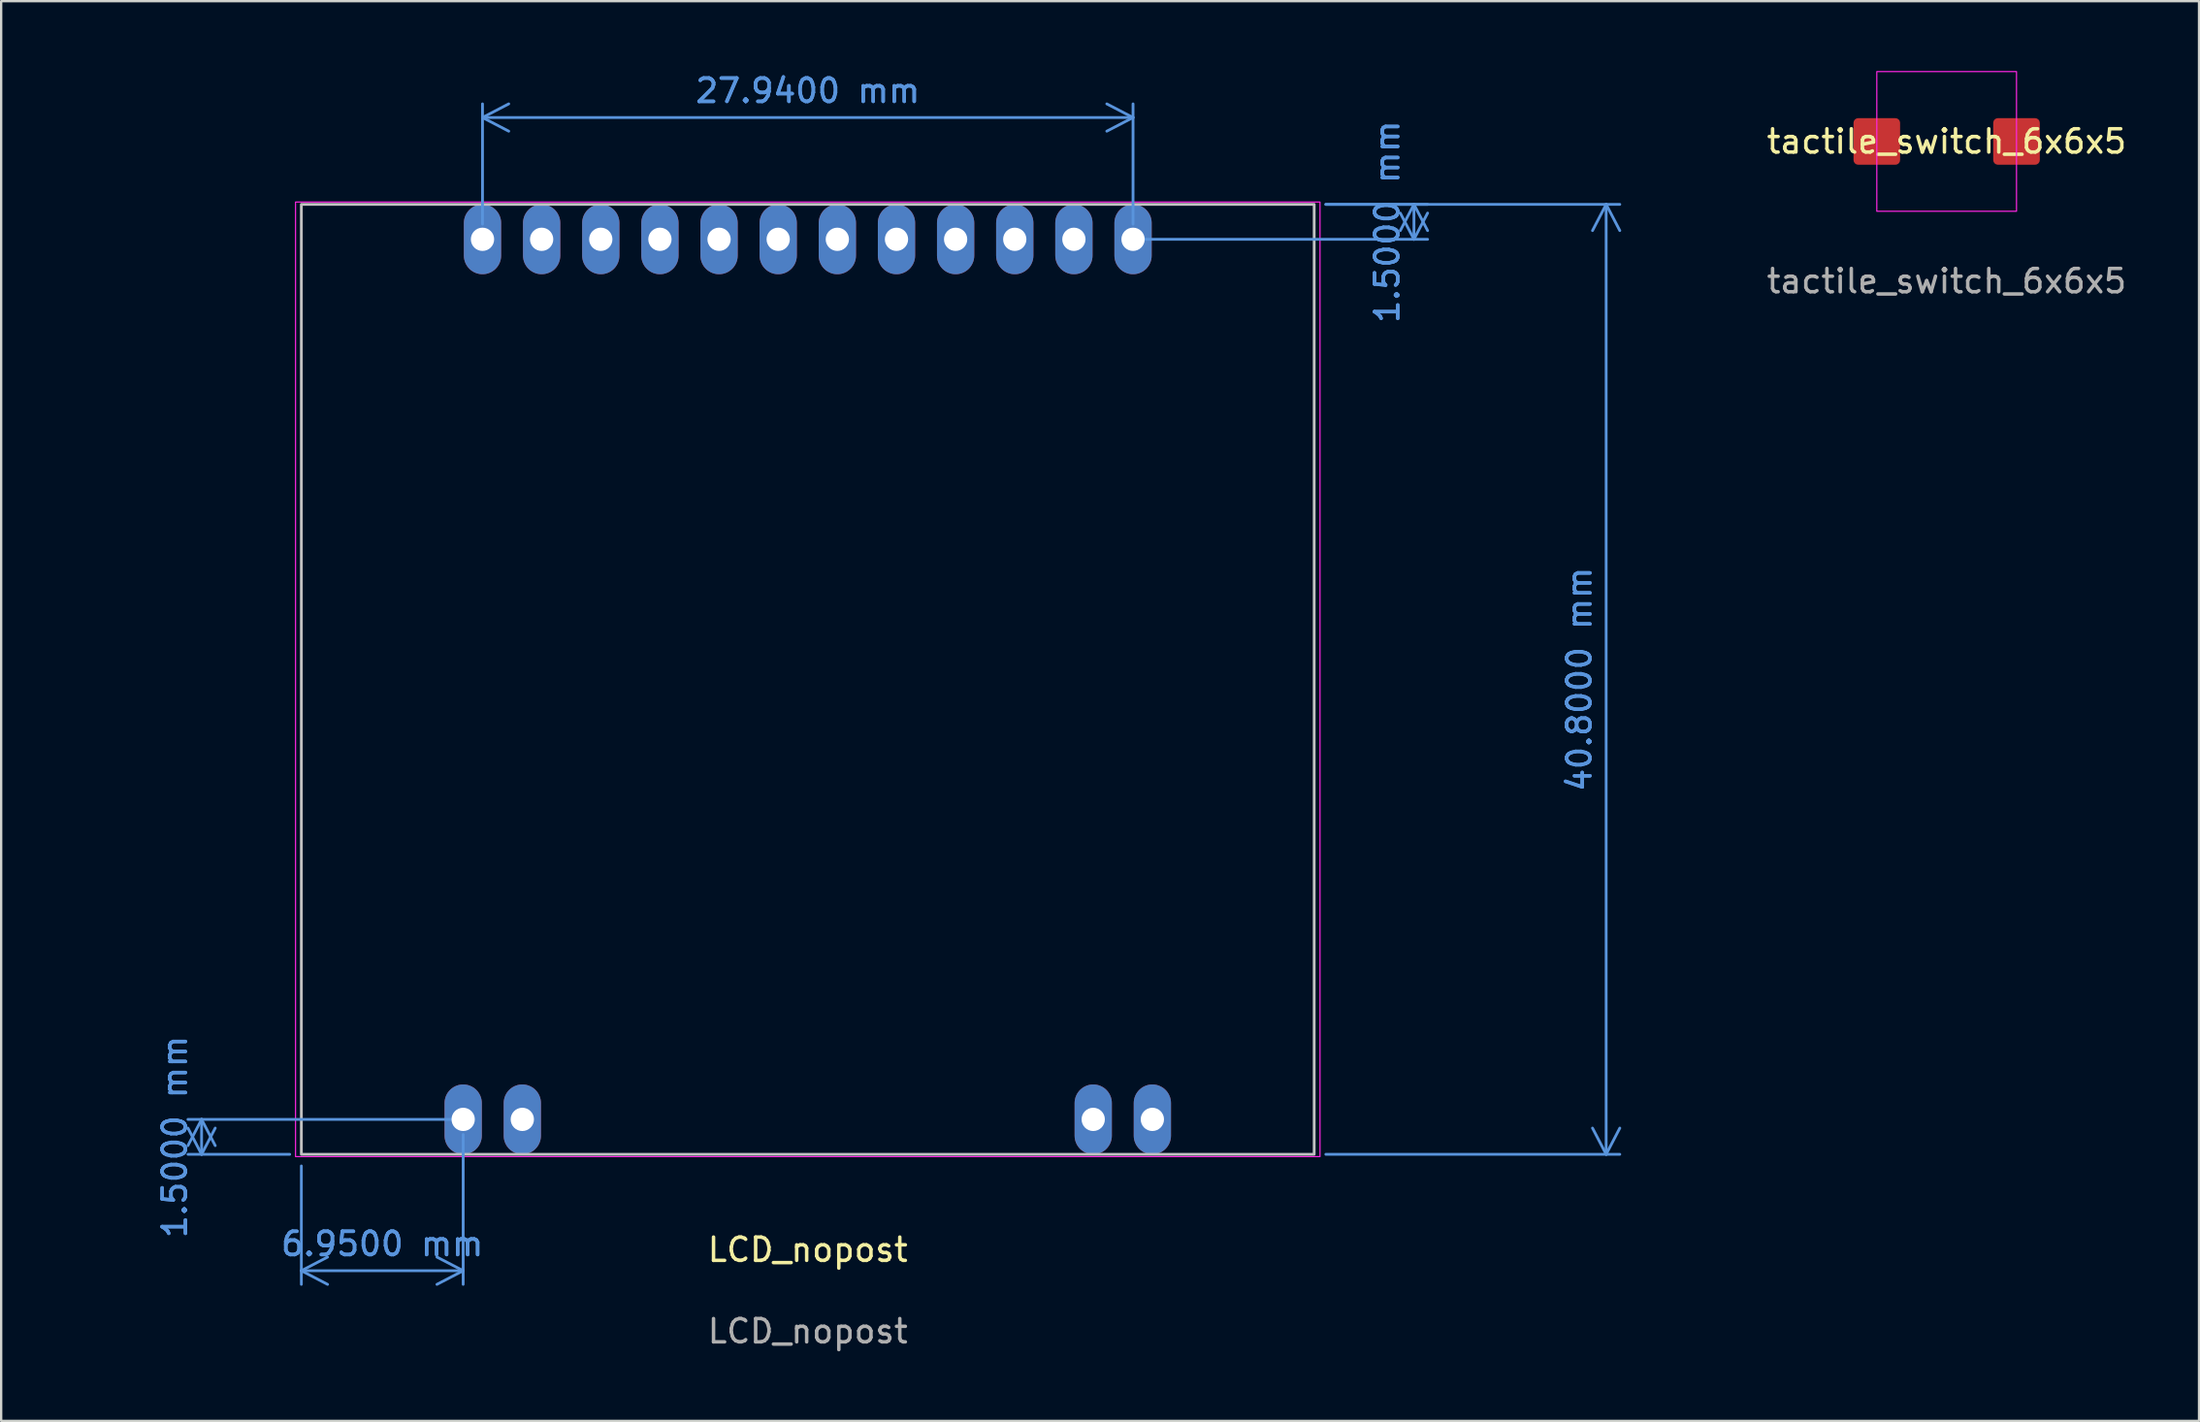
<source format=kicad_pcb>
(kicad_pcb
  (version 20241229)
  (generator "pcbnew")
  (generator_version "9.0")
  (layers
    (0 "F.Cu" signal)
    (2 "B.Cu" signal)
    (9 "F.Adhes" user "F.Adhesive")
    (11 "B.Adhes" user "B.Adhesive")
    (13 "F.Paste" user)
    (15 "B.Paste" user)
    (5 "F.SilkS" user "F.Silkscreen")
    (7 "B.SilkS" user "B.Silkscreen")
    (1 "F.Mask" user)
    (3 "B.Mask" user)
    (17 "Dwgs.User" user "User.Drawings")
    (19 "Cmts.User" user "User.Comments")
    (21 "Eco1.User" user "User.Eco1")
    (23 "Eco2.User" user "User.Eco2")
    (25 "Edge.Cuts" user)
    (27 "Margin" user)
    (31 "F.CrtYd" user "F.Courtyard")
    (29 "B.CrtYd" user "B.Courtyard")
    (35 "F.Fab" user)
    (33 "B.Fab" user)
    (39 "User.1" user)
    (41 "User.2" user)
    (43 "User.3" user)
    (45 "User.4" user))
  (footprint "LCD_nopost"
    (layer "F.Cu")
    (at 31.643 26.128)
    (property "Reference" "LCD_nopost" (at 0 24.5 0) (unlocked yes) (layer "F.SilkS") (effects (font (size 1 1) (thickness 0.15))))
    (attr smd)
    (fp_rect (start -21.75 -20.4) (end 21.75 20.4) (stroke (width 0.12) (type default)) (fill no) (layer "Dwgs.User"))
    (fp_rect (start -22 -20.5) (end 22 20.5) (stroke (width 0.05) (type default)) (fill no) (layer "F.CrtYd"))
    (fp_text user "${REFERENCE}" (at 0 28 0) (unlocked yes) (layer "F.Fab") (effects (font (size 1 1) (thickness 0.15))))
    (dimension (type aligned) (layer "Cmts.User") (pts (xy 53.393 5.728) (xy 53.393 46.528)) (height -12.54) (format (prefix "") (suffix "") (units 3) (units_format 1) (precision 4)) (style (thickness 0.12) (arrow_length 1.27) (text_position_mode 0) (arrow_direction outward) (extension_height 0.586) (extension_offset 0.5) (keep_text_aligned yes)) (gr_text "40.8000 mm" (at 64.783 26.128 90) (layer "Cmts.User") (effects (font (size 1 1) (thickness 0.15)))))
    (dimension (type aligned) (layer "Cmts.User") (pts (xy 17.673 7.078) (xy 45.613 7.078)) (height -5.08) (format (prefix "") (suffix "") (units 3) (units_format 1) (precision 4)) (style (thickness 0.12) (arrow_length 1.27) (text_position_mode 0) (arrow_direction outward) (extension_height 0.586) (extension_offset 0.5) (keep_text_aligned yes)) (gr_text "27.9400 mm" (at 31.643 0.848 0) (layer "Cmts.User") (effects (font (size 1 1) (thickness 0.15)))))
    (dimension (type orthogonal) (layer "Cmts.User") (pts (xy 45.613 7.228) (xy 53.393 5.728)) (height 12.065) (orientation 1) (format (prefix "") (suffix "") (units 3) (units_format 1) (precision 4)) (style (thickness 0.12) (arrow_length 1.27) (text_position_mode 0) (arrow_direction outward) (extension_height 0.586) (extension_offset 0.5) (keep_text_aligned yes)) (gr_text "1.5000 mm" (at 56.528 6.478 90) (layer "Cmts.User") (effects (font (size 1 1) (thickness 0.15)))))
    (dimension (type orthogonal) (layer "Cmts.User") (pts (xy 16.843 45.178) (xy 9.893 46.528)) (height 6.35) (orientation 0) (format (prefix "") (suffix "") (units 3) (units_format 1) (precision 4)) (style (thickness 0.12) (arrow_length 1.27) (text_position_mode 0) (arrow_direction outward) (extension_height 0.586) (extension_offset 0.5) (keep_text_aligned yes)) (gr_text "6.9500 mm" (at 13.368 50.378 0) (layer "Cmts.User") (effects (font (size 1 1) (thickness 0.15)))))
    (dimension (type orthogonal) (layer "Cmts.User") (pts (xy 16.843 45.028) (xy 9.893 46.528)) (height -11.235) (orientation 1) (format (prefix "") (suffix "") (units 3) (units_format 1) (precision 4)) (style (thickness 0.12) (arrow_length 1.27) (text_position_mode 0) (arrow_direction outward) (extension_height 0.586) (extension_offset 0.5) (keep_text_aligned yes)) (gr_text "1.5000 mm" (at 4.458 45.778 90) (layer "Cmts.User") (effects (font (size 1 1) (thickness 0.15)))))
    (pad "1" thru_hole oval (at 13.97 -18.9) (size 1.6 3) (drill 1) (layers "*.Cu" "*.Mask"))
    (pad "2" thru_hole oval (at 11.43 -18.9) (size 1.6 3) (drill 1) (layers "*.Cu" "*.Mask"))
    (pad "3" thru_hole oval (at 8.89 -18.9) (size 1.6 3) (drill 1) (layers "*.Cu" "*.Mask"))
    (pad "4" thru_hole oval (at 6.35 -18.9) (size 1.6 3) (drill 1) (layers "*.Cu" "*.Mask"))
    (pad "5" thru_hole oval (at 3.81 -18.9) (size 1.6 3) (drill 1) (layers "*.Cu" "*.Mask"))
    (pad "6" thru_hole oval (at 1.27 -18.9) (size 1.6 3) (drill 1) (layers "*.Cu" "*.Mask"))
    (pad "7" thru_hole oval (at -1.27 -18.9) (size 1.6 3) (drill 1) (layers "*.Cu" "*.Mask"))
    (pad "8" thru_hole oval (at -3.81 -18.9) (size 1.6 3) (drill 1) (layers "*.Cu" "*.Mask"))
    (pad "9" thru_hole oval (at -6.35 -18.9) (size 1.6 3) (drill 1) (layers "*.Cu" "*.Mask"))
    (pad "10" thru_hole oval (at -8.89 -18.9) (size 1.6 3) (drill 1) (layers "*.Cu" "*.Mask"))
    (pad "11" thru_hole oval (at -11.43 -18.9) (size 1.6 3) (drill 1) (layers "*.Cu" "*.Mask"))
    (pad "12" thru_hole oval (at -13.97 -18.9) (size 1.6 3) (drill 1) (layers "*.Cu" "*.Mask"))
    (pad "NC" thru_hole oval (at -14.8 18.9) (size 1.6 3) (drill 1) (layers "*.Cu" "*.Mask"))
    (pad "NC" thru_hole oval (at -12.26 18.9) (size 1.6 3) (drill 1) (layers "*.Cu" "*.Mask"))
    (pad "NC" thru_hole oval (at 12.26 18.9) (size 1.6 3) (drill 1) (layers "*.Cu" "*.Mask"))
    (pad "NC" thru_hole oval (at 14.8 18.9) (size 1.6 3) (drill 1) (layers "*.Cu" "*.Mask")))
  (footprint "tactile_switch_6x6x5"
    (layer "F.Cu")
    (at 80.557 3.025)
    (property "Reference" "tactile_switch_6x6x5" (at 0 0 0) (unlocked yes) (layer "F.SilkS") (effects (font (size 1 1) (thickness 0.15))))
    (attr smd)
    (fp_rect (start -3 -3) (end 3 3) (stroke (width 0.05) (type default)) (fill no) (layer "F.CrtYd"))
    (fp_text user "${REFERENCE}" (at 0 6 0) (unlocked yes) (layer "F.Fab") (effects (font (size 1 1) (thickness 0.15))))
    (pad "1" smd roundrect (at -3 0) (size 2 2) (layers "F.Cu" "F.Mask" "F.Paste") (roundrect_rratio 0.1))
    (pad "2" smd roundrect (at 3 0) (size 2 2) (layers "F.Cu" "F.Mask" "F.Paste") (roundrect_rratio 0.1)))
  (gr_rect
    (start -3 -3)
    (end 91.396 57.977)
    (stroke (width 0.1) (type default))
    (fill no)
    (layer "Edge.Cuts")))
</source>
